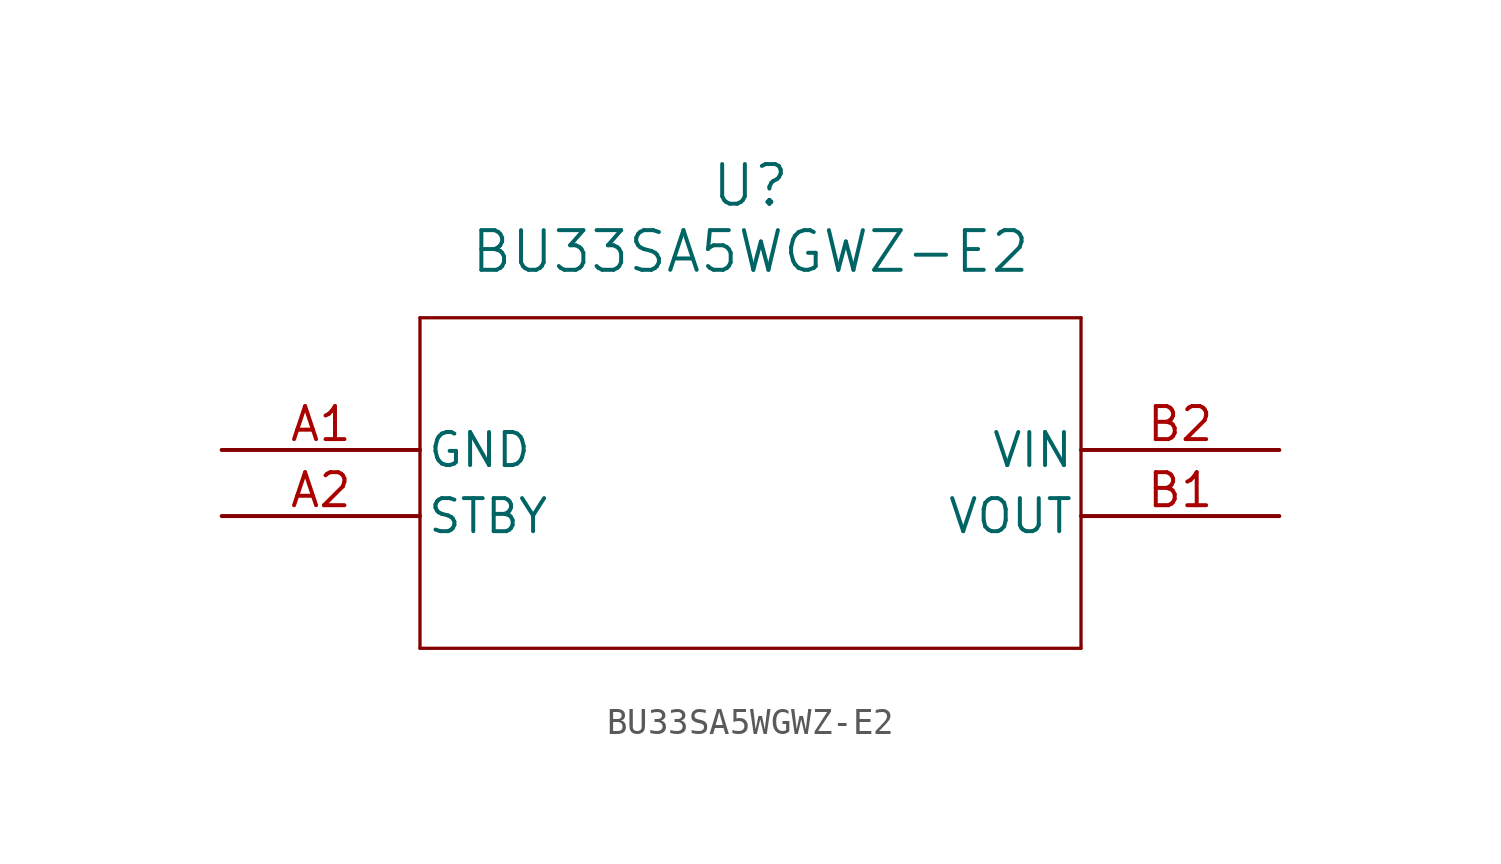
<source format=kicad_sym>
(kicad_symbol_lib
  (version 20211014)
  (generator kicad_symbol_editor)
  (symbol "BU33SA5WGWZ-E2"
    (pin_names
      (offset 0.254))
    (property "Reference" "U"
      (at 20.32 10.16 0)
      (effects (font (size 1.524 1.524))))
    (property "Value" "BU33SA5WGWZ-E2"
      (at 20.32 7.62 0)
      (effects (font (size 1.524 1.524))))
    (symbol "BU33SA5WGWZ-E2_0_1"
      (polyline (pts (xy 7.62 5.08) (xy 7.62 -7.62)) (stroke (width .127) (type default) (color 0 0 0 0)) (fill (type none)))
      (polyline (pts (xy 7.62 -7.62) (xy 33.02 -7.62)) (stroke (width .127) (type default) (color 0 0 0 0)) (fill (type none)))
      (polyline (pts (xy 33.02 -7.62) (xy 33.02 5.08)) (stroke (width .127) (type default) (color 0 0 0 0)) (fill (type none)))
      (polyline (pts (xy 33.02 5.08) (xy 7.62 5.08)) (stroke (width .127) (type default) (color 0 0 0 0)) (fill (type none)))
      (pin power_out line (at 0 0 0) (length 7.62) (name "GND" (effects (font (size 1.27 1.27)))) (number "A1" (effects (font (size 1.27 1.27)))))
      (pin output line (at 0 -2.54 0) (length 7.62) (name "STBY" (effects (font (size 1.27 1.27)))) (number "A2" (effects (font (size 1.27 1.27)))))
      (pin output line (at 40.64 -2.54 180) (length 7.62) (name "VOUT" (effects (font (size 1.27 1.27)))) (number "B1" (effects (font (size 1.27 1.27)))))
      (pin input line (at 40.64 0 180) (length 7.62) (name "VIN" (effects (font (size 1.27 1.27)))) (number "B2" (effects (font (size 1.27 1.27))))))))
</source>
